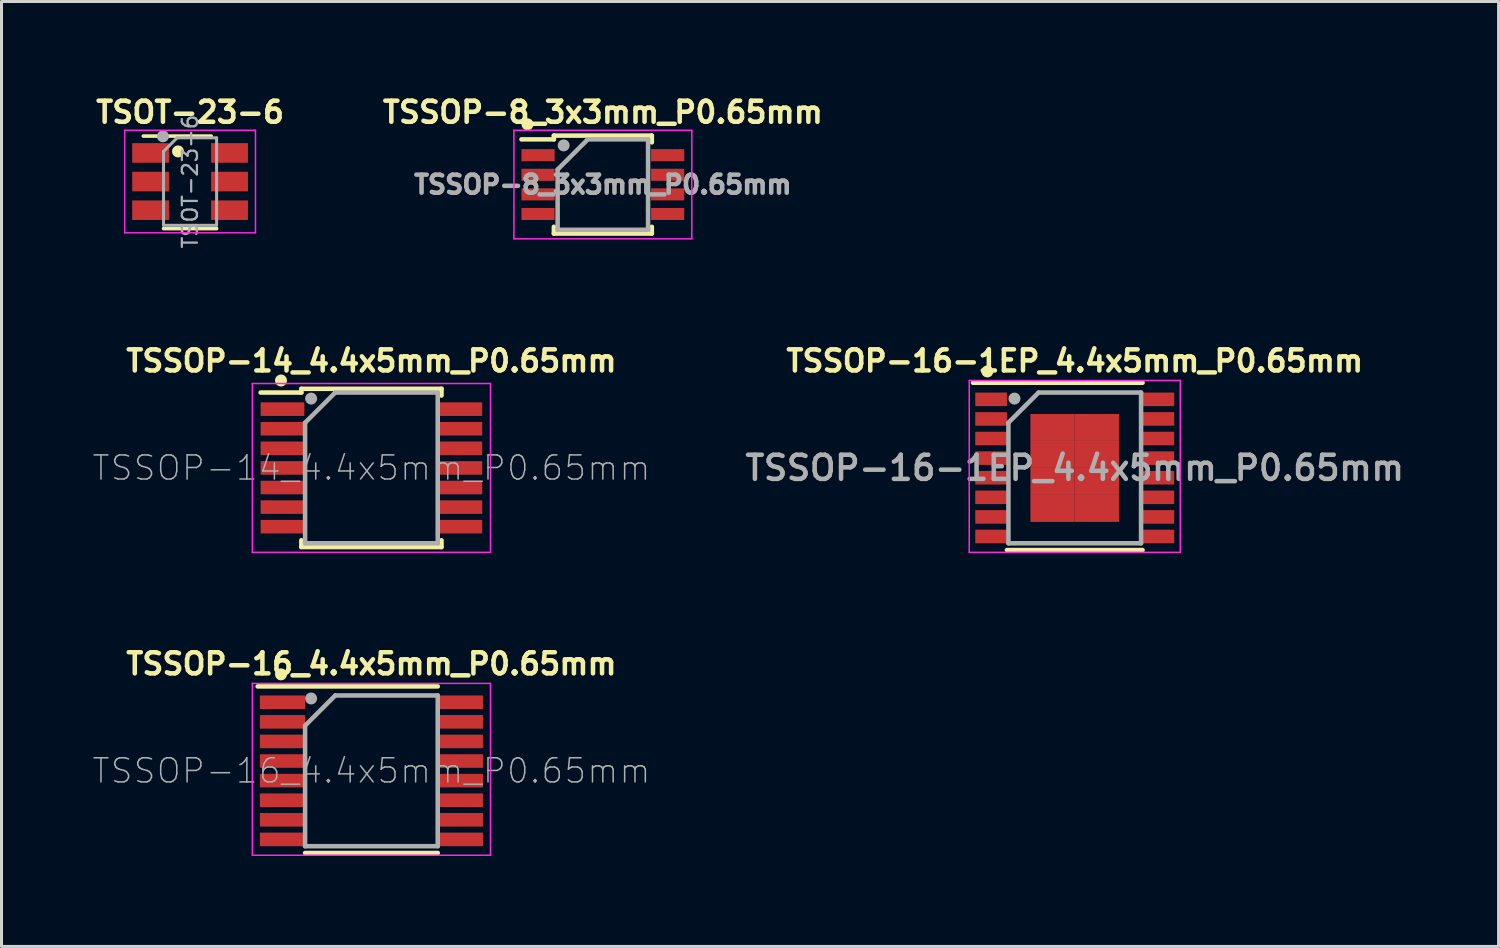
<source format=kicad_pcb>
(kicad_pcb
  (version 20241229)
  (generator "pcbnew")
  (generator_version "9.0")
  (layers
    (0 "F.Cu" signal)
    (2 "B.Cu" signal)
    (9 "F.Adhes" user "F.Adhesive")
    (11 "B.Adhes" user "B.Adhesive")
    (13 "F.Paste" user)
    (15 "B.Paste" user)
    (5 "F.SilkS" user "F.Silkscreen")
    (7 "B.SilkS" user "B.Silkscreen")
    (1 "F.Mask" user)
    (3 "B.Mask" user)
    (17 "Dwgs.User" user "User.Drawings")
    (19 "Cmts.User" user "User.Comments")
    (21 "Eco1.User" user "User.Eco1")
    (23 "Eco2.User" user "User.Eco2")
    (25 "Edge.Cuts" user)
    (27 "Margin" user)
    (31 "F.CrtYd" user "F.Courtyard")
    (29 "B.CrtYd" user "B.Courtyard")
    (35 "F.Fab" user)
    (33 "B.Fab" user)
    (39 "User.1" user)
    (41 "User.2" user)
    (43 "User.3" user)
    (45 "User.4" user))
  (footprint "TSSOP-14_4.4x5mm_P0.65mm"
    (layer "F.Cu")
    (at 9.271 12.472)
    (property "Reference" "TSSOP-14_4.4x5mm_P0.65mm" (at 0 -3.55 0) (layer "F.SilkS") (effects (font (size 0.7 0.7) (thickness 0.15))))
    (attr smd)
    (fp_line (start -2.325 -2.625) (end -2.325 -2.5) (stroke (width 0.15) (type solid)) (layer "F.SilkS"))
    (fp_line (start -2.325 -2.625) (end 2.325 -2.625) (stroke (width 0.15) (type solid)) (layer "F.SilkS"))
    (fp_line (start -2.325 -2.5) (end -3.675 -2.5) (stroke (width 0.15) (type solid)) (layer "F.SilkS"))
    (fp_line (start -2.325 2.625) (end -2.325 2.4) (stroke (width 0.15) (type solid)) (layer "F.SilkS"))
    (fp_line (start -2.325 2.625) (end 2.325 2.625) (stroke (width 0.15) (type solid)) (layer "F.SilkS"))
    (fp_line (start 2.325 -2.625) (end 2.325 -2.4) (stroke (width 0.15) (type solid)) (layer "F.SilkS"))
    (fp_line (start 2.325 2.625) (end 2.325 2.4) (stroke (width 0.15) (type solid)) (layer "F.SilkS"))
    (fp_circle (center -3 -2.9) (end -2.9 -2.9) (stroke (width 0.2) (type solid)) (fill no) (layer "F.SilkS"))
    (fp_line (start -3.95 -2.8) (end -3.95 2.8) (stroke (width 0.05) (type solid)) (layer "F.CrtYd"))
    (fp_line (start -3.95 -2.8) (end 3.95 -2.8) (stroke (width 0.05) (type solid)) (layer "F.CrtYd"))
    (fp_line (start -3.95 2.8) (end 3.95 2.8) (stroke (width 0.05) (type solid)) (layer "F.CrtYd"))
    (fp_line (start 3.95 -2.8) (end 3.95 2.8) (stroke (width 0.05) (type solid)) (layer "F.CrtYd"))
    (fp_line (start -2.2 -1.5) (end -1.2 -2.5) (stroke (width 0.15) (type solid)) (layer "F.Fab"))
    (fp_line (start -2.2 2.5) (end -2.2 -1.5) (stroke (width 0.15) (type solid)) (layer "F.Fab"))
    (fp_line (start -1.2 -2.5) (end 2.2 -2.5) (stroke (width 0.15) (type solid)) (layer "F.Fab"))
    (fp_line (start 2.2 -2.5) (end 2.2 2.5) (stroke (width 0.15) (type solid)) (layer "F.Fab"))
    (fp_line (start 2.2 2.5) (end -2.2 2.5) (stroke (width 0.15) (type solid)) (layer "F.Fab"))
    (fp_circle (center -2 -2.3) (end -1.9 -2.3) (stroke (width 0.2) (type solid)) (fill no) (layer "F.Fab"))
    (fp_text user "${REFERENCE}" (at 0 0 0) (layer "F.Fab") (effects (font (size 0.8 0.8) (thickness 0.05))))
    (pad "1" smd rect (at -2.95 -1.95) (size 1.45 0.45) (layers "F.Cu" "F.Mask" "F.Paste"))
    (pad "2" smd rect (at -2.95 -1.3) (size 1.45 0.45) (layers "F.Cu" "F.Mask" "F.Paste"))
    (pad "3" smd rect (at -2.95 -0.65) (size 1.45 0.45) (layers "F.Cu" "F.Mask" "F.Paste"))
    (pad "4" smd rect (at -2.95 0) (size 1.45 0.45) (layers "F.Cu" "F.Mask" "F.Paste"))
    (pad "5" smd rect (at -2.95 0.65) (size 1.45 0.45) (layers "F.Cu" "F.Mask" "F.Paste"))
    (pad "6" smd rect (at -2.95 1.3) (size 1.45 0.45) (layers "F.Cu" "F.Mask" "F.Paste"))
    (pad "7" smd rect (at -2.95 1.95) (size 1.45 0.45) (layers "F.Cu" "F.Mask" "F.Paste"))
    (pad "8" smd rect (at 2.95 1.95) (size 1.45 0.45) (layers "F.Cu" "F.Mask" "F.Paste"))
    (pad "9" smd rect (at 2.95 1.3) (size 1.45 0.45) (layers "F.Cu" "F.Mask" "F.Paste"))
    (pad "10" smd rect (at 2.95 0.65) (size 1.45 0.45) (layers "F.Cu" "F.Mask" "F.Paste"))
    (pad "11" smd rect (at 2.95 0) (size 1.45 0.45) (layers "F.Cu" "F.Mask" "F.Paste"))
    (pad "12" smd rect (at 2.95 -0.65) (size 1.45 0.45) (layers "F.Cu" "F.Mask" "F.Paste"))
    (pad "13" smd rect (at 2.95 -1.3) (size 1.45 0.45) (layers "F.Cu" "F.Mask" "F.Paste"))
    (pad "14" smd rect (at 2.95 -1.95) (size 1.45 0.45) (layers "F.Cu" "F.Mask" "F.Paste")))
  (footprint "TSSOP-16_4.4x5mm_P0.65mm"
    (layer "F.Cu")
    (at 9.271 22.52)
    (property "Reference" "TSSOP-16_4.4x5mm_P0.65mm" (at 0 -3.55 0) (layer "F.SilkS") (effects (font (size 0.7 0.7) (thickness 0.15))))
    (attr smd)
    (fp_line (start -3.775 -2.8) (end 2.2 -2.8) (stroke (width 0.15) (type solid)) (layer "F.SilkS"))
    (fp_line (start -2.2 2.725) (end 2.2 2.725) (stroke (width 0.15) (type solid)) (layer "F.SilkS"))
    (fp_circle (center -3 -3.2) (end -2.9 -3.2) (stroke (width 0.2) (type solid)) (fill no) (layer "F.SilkS"))
    (fp_line (start -3.95 -2.9) (end -3.95 2.8) (stroke (width 0.05) (type solid)) (layer "F.CrtYd"))
    (fp_line (start -3.95 -2.9) (end 3.95 -2.9) (stroke (width 0.05) (type solid)) (layer "F.CrtYd"))
    (fp_line (start -3.95 2.8) (end 3.95 2.8) (stroke (width 0.05) (type solid)) (layer "F.CrtYd"))
    (fp_line (start 3.95 -2.9) (end 3.95 2.8) (stroke (width 0.05) (type solid)) (layer "F.CrtYd"))
    (fp_line (start -2.2 -1.5) (end -1.2 -2.5) (stroke (width 0.15) (type solid)) (layer "F.Fab"))
    (fp_line (start -2.2 2.5) (end -2.2 -1.5) (stroke (width 0.15) (type solid)) (layer "F.Fab"))
    (fp_line (start -1.2 -2.5) (end 2.2 -2.5) (stroke (width 0.15) (type solid)) (layer "F.Fab"))
    (fp_line (start 2.2 -2.5) (end 2.2 2.5) (stroke (width 0.15) (type solid)) (layer "F.Fab"))
    (fp_line (start 2.2 2.5) (end -2.2 2.5) (stroke (width 0.15) (type solid)) (layer "F.Fab"))
    (fp_circle (center -2 -2.4) (end -1.9 -2.4) (stroke (width 0.2) (type solid)) (fill no) (layer "F.Fab"))
    (fp_text user "${REFERENCE}" (at 0 0 0) (layer "F.Fab") (effects (font (size 0.8 0.8) (thickness 0.05))))
    (pad "1" smd rect (at -2.95 -2.275) (size 1.5 0.45) (layers "F.Cu" "F.Mask" "F.Paste"))
    (pad "2" smd rect (at -2.95 -1.625) (size 1.5 0.45) (layers "F.Cu" "F.Mask" "F.Paste"))
    (pad "3" smd rect (at -2.95 -0.975) (size 1.5 0.45) (layers "F.Cu" "F.Mask" "F.Paste"))
    (pad "4" smd rect (at -2.95 -0.325) (size 1.5 0.45) (layers "F.Cu" "F.Mask" "F.Paste"))
    (pad "5" smd rect (at -2.95 0.325) (size 1.5 0.45) (layers "F.Cu" "F.Mask" "F.Paste"))
    (pad "6" smd rect (at -2.95 0.975) (size 1.5 0.45) (layers "F.Cu" "F.Mask" "F.Paste"))
    (pad "7" smd rect (at -2.95 1.625) (size 1.5 0.45) (layers "F.Cu" "F.Mask" "F.Paste"))
    (pad "8" smd rect (at -2.95 2.275) (size 1.5 0.45) (layers "F.Cu" "F.Mask" "F.Paste"))
    (pad "9" smd rect (at 2.95 2.275) (size 1.5 0.45) (layers "F.Cu" "F.Mask" "F.Paste"))
    (pad "10" smd rect (at 2.95 1.625) (size 1.5 0.45) (layers "F.Cu" "F.Mask" "F.Paste"))
    (pad "11" smd rect (at 2.95 0.975) (size 1.5 0.45) (layers "F.Cu" "F.Mask" "F.Paste"))
    (pad "12" smd rect (at 2.95 0.325) (size 1.5 0.45) (layers "F.Cu" "F.Mask" "F.Paste"))
    (pad "13" smd rect (at 2.95 -0.325) (size 1.5 0.45) (layers "F.Cu" "F.Mask" "F.Paste"))
    (pad "14" smd rect (at 2.95 -0.975) (size 1.5 0.45) (layers "F.Cu" "F.Mask" "F.Paste"))
    (pad "15" smd rect (at 2.95 -1.625) (size 1.5 0.45) (layers "F.Cu" "F.Mask" "F.Paste"))
    (pad "16" smd rect (at 2.95 -2.275) (size 1.5 0.45) (layers "F.Cu" "F.Mask" "F.Paste")))
  (footprint "TSOT-23-6"
    (layer "F.Cu")
    (at 3.255 2.973)
    (property "Reference" "TSOT-23-6" (at 0 -2.3 0) (layer "F.SilkS") (effects (font (size 0.7 0.7) (thickness 0.15))))
    (attr smd)
    (fp_line (start -0.88 1.56) (end 0.88 1.56) (stroke (width 0.12) (type solid)) (layer "F.SilkS"))
    (fp_line (start 0.7 -1.51) (end -1.55 -1.51) (stroke (width 0.12) (type solid)) (layer "F.SilkS"))
    (fp_circle (center -0.4 -1) (end -0.3 -1) (stroke (width 0.2) (type solid)) (fill no) (layer "F.SilkS"))
    (fp_line (start -2.17 -1.7) (end -2.17 1.7) (stroke (width 0.05) (type solid)) (layer "F.CrtYd"))
    (fp_line (start -2.17 -1.7) (end 2.17 -1.7) (stroke (width 0.05) (type solid)) (layer "F.CrtYd"))
    (fp_line (start 2.17 1.7) (end -2.17 1.7) (stroke (width 0.05) (type solid)) (layer "F.CrtYd"))
    (fp_line (start 2.17 1.7) (end 2.17 -1.7) (stroke (width 0.05) (type solid)) (layer "F.CrtYd"))
    (fp_line (start -0.88 -1) (end -0.88 1.45) (stroke (width 0.1) (type solid)) (layer "F.Fab"))
    (fp_line (start -0.88 -1) (end -0.43 -1.45) (stroke (width 0.1) (type solid)) (layer "F.Fab"))
    (fp_line (start 0.88 -1.45) (end -0.43 -1.45) (stroke (width 0.1) (type solid)) (layer "F.Fab"))
    (fp_line (start 0.88 -1.45) (end 0.88 1.45) (stroke (width 0.1) (type solid)) (layer "F.Fab"))
    (fp_line (start 0.88 1.45) (end -0.88 1.45) (stroke (width 0.1) (type solid)) (layer "F.Fab"))
    (fp_circle (center -0.9 -1.5) (end -0.8 -1.5) (stroke (width 0.2) (type solid)) (fill no) (layer "F.Fab"))
    (fp_text user "${REFERENCE}" (at 0 0 90) (layer "F.Fab") (effects (font (size 0.5 0.5) (thickness 0.075))))
    (pad "1" smd rect (at -1.31 -0.95) (size 1.22 0.65) (layers "F.Cu" "F.Mask" "F.Paste"))
    (pad "2" smd rect (at -1.31 0) (size 1.22 0.65) (layers "F.Cu" "F.Mask" "F.Paste"))
    (pad "3" smd rect (at -1.31 0.95) (size 1.22 0.65) (layers "F.Cu" "F.Mask" "F.Paste"))
    (pad "4" smd rect (at 1.31 0.95) (size 1.22 0.65) (layers "F.Cu" "F.Mask" "F.Paste"))
    (pad "5" smd rect (at 1.31 0) (size 1.22 0.65) (layers "F.Cu" "F.Mask" "F.Paste"))
    (pad "6" smd rect (at 1.31 -0.95) (size 1.22 0.65) (layers "F.Cu" "F.Mask" "F.Paste")))
  (footprint "TSSOP-8_3x3mm_P0.65mm"
    (layer "F.Cu")
    (at 16.948 3.073)
    (property "Reference" "TSSOP-8_3x3mm_P0.65mm" (at 0 -2.4 0) (layer "F.SilkS") (effects (font (size 0.7 0.7) (thickness 0.15))))
    (attr smd)
    (fp_line (start -1.625 -1.625) (end -1.625 -1.5) (stroke (width 0.15) (type solid)) (layer "F.SilkS"))
    (fp_line (start -1.625 -1.625) (end 1.625 -1.625) (stroke (width 0.15) (type solid)) (layer "F.SilkS"))
    (fp_line (start -1.625 -1.5) (end -2.7 -1.5) (stroke (width 0.15) (type solid)) (layer "F.SilkS"))
    (fp_line (start -1.625 1.625) (end -1.625 1.4) (stroke (width 0.15) (type solid)) (layer "F.SilkS"))
    (fp_line (start -1.625 1.625) (end 1.625 1.625) (stroke (width 0.15) (type solid)) (layer "F.SilkS"))
    (fp_line (start 1.625 -1.625) (end 1.625 -1.4) (stroke (width 0.15) (type solid)) (layer "F.SilkS"))
    (fp_line (start 1.625 1.625) (end 1.625 1.4) (stroke (width 0.15) (type solid)) (layer "F.SilkS"))
    (fp_circle (center -2.5 -2) (end -2.4 -2) (stroke (width 0.2) (type solid)) (fill no) (layer "F.SilkS"))
    (fp_line (start -2.95 -1.8) (end -2.95 1.8) (stroke (width 0.05) (type solid)) (layer "F.CrtYd"))
    (fp_line (start -2.95 -1.8) (end 2.95 -1.8) (stroke (width 0.05) (type solid)) (layer "F.CrtYd"))
    (fp_line (start -2.95 1.8) (end 2.95 1.8) (stroke (width 0.05) (type solid)) (layer "F.CrtYd"))
    (fp_line (start 2.95 -1.8) (end 2.95 1.8) (stroke (width 0.05) (type solid)) (layer "F.CrtYd"))
    (fp_line (start -1.5 -0.5) (end -0.5 -1.5) (stroke (width 0.15) (type solid)) (layer "F.Fab"))
    (fp_line (start -1.5 1.5) (end -1.5 -0.5) (stroke (width 0.15) (type solid)) (layer "F.Fab"))
    (fp_line (start -0.5 -1.5) (end 1.5 -1.5) (stroke (width 0.15) (type solid)) (layer "F.Fab"))
    (fp_line (start 1.5 -1.5) (end 1.5 1.5) (stroke (width 0.15) (type solid)) (layer "F.Fab"))
    (fp_line (start 1.5 1.5) (end -1.5 1.5) (stroke (width 0.15) (type solid)) (layer "F.Fab"))
    (fp_circle (center -1.3 -1.3) (end -1.2 -1.3) (stroke (width 0.2) (type solid)) (fill no) (layer "F.Fab"))
    (fp_text user "${REFERENCE}" (at 0 0 0) (layer "F.Fab") (effects (font (size 0.6 0.6) (thickness 0.15))))
    (pad "1" smd rect (at -2.15 -0.975) (size 1.1 0.4) (layers "F.Cu" "F.Mask" "F.Paste"))
    (pad "2" smd rect (at -2.15 -0.325) (size 1.1 0.4) (layers "F.Cu" "F.Mask" "F.Paste"))
    (pad "3" smd rect (at -2.15 0.325) (size 1.1 0.4) (layers "F.Cu" "F.Mask" "F.Paste"))
    (pad "4" smd rect (at -2.15 0.975) (size 1.1 0.4) (layers "F.Cu" "F.Mask" "F.Paste"))
    (pad "5" smd rect (at 2.15 0.975) (size 1.1 0.4) (layers "F.Cu" "F.Mask" "F.Paste"))
    (pad "6" smd rect (at 2.15 0.325) (size 1.1 0.4) (layers "F.Cu" "F.Mask" "F.Paste"))
    (pad "7" smd rect (at 2.15 -0.325) (size 1.1 0.4) (layers "F.Cu" "F.Mask" "F.Paste"))
    (pad "8" smd rect (at 2.15 -0.975) (size 1.1 0.4) (layers "F.Cu" "F.Mask" "F.Paste")))
  (footprint "TSSOP-16-1EP_4.4x5mm_P0.65mm"
    (layer "F.Cu")
    (at 32.602 12.472)
    (property "Reference" "TSSOP-16-1EP_4.4x5mm_P0.65mm" (at 0 -3.55 0) (layer "F.SilkS") (effects (font (size 0.7 0.7) (thickness 0.15))))
    (attr smd)
    (fp_line (start -3.375 -2.825) (end 2.25 -2.825) (stroke (width 0.15) (type solid)) (layer "F.SilkS"))
    (fp_line (start -2.25 2.725) (end 2.25 2.725) (stroke (width 0.15) (type solid)) (layer "F.SilkS"))
    (fp_circle (center -2.9 -3.2) (end -2.8 -3.2) (stroke (width 0.2) (type solid)) (fill no) (layer "F.SilkS"))
    (fp_line (start -3.5 -2.9) (end -3.5 2.8) (stroke (width 0.05) (type solid)) (layer "F.CrtYd"))
    (fp_line (start -3.5 -2.9) (end 3.5 -2.9) (stroke (width 0.05) (type solid)) (layer "F.CrtYd"))
    (fp_line (start -3.5 2.8) (end 3.5 2.8) (stroke (width 0.05) (type solid)) (layer "F.CrtYd"))
    (fp_line (start 3.5 -2.9) (end 3.5 2.8) (stroke (width 0.05) (type solid)) (layer "F.CrtYd"))
    (fp_line (start -2.2 -1.5) (end -1.2 -2.5) (stroke (width 0.15) (type solid)) (layer "F.Fab"))
    (fp_line (start -2.2 2.5) (end -2.2 -1.5) (stroke (width 0.15) (type solid)) (layer "F.Fab"))
    (fp_line (start -1.2 -2.5) (end 2.2 -2.5) (stroke (width 0.15) (type solid)) (layer "F.Fab"))
    (fp_line (start 2.2 -2.5) (end 2.2 2.5) (stroke (width 0.15) (type solid)) (layer "F.Fab"))
    (fp_line (start 2.2 2.5) (end -2.2 2.5) (stroke (width 0.15) (type solid)) (layer "F.Fab"))
    (fp_circle (center -2 -2.3) (end -1.9 -2.3) (stroke (width 0.2) (type solid)) (fill no) (layer "F.Fab"))
    (fp_text user "${REFERENCE}" (at 0 0 0) (layer "F.Fab") (effects (font (size 0.8 0.8) (thickness 0.15))))
    (pad "1" smd rect (at -2.775 -2.275) (size 1.05 0.45) (layers "F.Cu" "F.Mask" "F.Paste"))
    (pad "2" smd rect (at -2.775 -1.625) (size 1.05 0.45) (layers "F.Cu" "F.Mask" "F.Paste"))
    (pad "3" smd rect (at -2.775 -0.975) (size 1.05 0.45) (layers "F.Cu" "F.Mask" "F.Paste"))
    (pad "4" smd rect (at -2.775 -0.325) (size 1.05 0.45) (layers "F.Cu" "F.Mask" "F.Paste"))
    (pad "5" smd rect (at -2.775 0.325) (size 1.05 0.45) (layers "F.Cu" "F.Mask" "F.Paste"))
    (pad "6" smd rect (at -2.775 0.975) (size 1.05 0.45) (layers "F.Cu" "F.Mask" "F.Paste"))
    (pad "7" smd rect (at -2.775 1.625) (size 1.05 0.45) (layers "F.Cu" "F.Mask" "F.Paste"))
    (pad "8" smd rect (at -2.775 2.275) (size 1.05 0.45) (layers "F.Cu" "F.Mask" "F.Paste"))
    (pad "9" smd rect (at 2.775 2.275) (size 1.05 0.45) (layers "F.Cu" "F.Mask" "F.Paste"))
    (pad "10" smd rect (at 2.775 1.625) (size 1.05 0.45) (layers "F.Cu" "F.Mask" "F.Paste"))
    (pad "11" smd rect (at 2.775 0.975) (size 1.05 0.45) (layers "F.Cu" "F.Mask" "F.Paste"))
    (pad "12" smd rect (at 2.775 0.325) (size 1.05 0.45) (layers "F.Cu" "F.Mask" "F.Paste"))
    (pad "13" smd rect (at 2.775 -0.325) (size 1.05 0.45) (layers "F.Cu" "F.Mask" "F.Paste"))
    (pad "14" smd rect (at 2.775 -0.975) (size 1.05 0.45) (layers "F.Cu" "F.Mask" "F.Paste"))
    (pad "15" smd rect (at 2.775 -1.625) (size 1.05 0.45) (layers "F.Cu" "F.Mask" "F.Paste"))
    (pad "16" smd rect (at 2.775 -2.275) (size 1.05 0.45) (layers "F.Cu" "F.Mask" "F.Paste"))
    (pad "17" smd rect (at -0.735 -1.343) (size 1.47 0.895) (layers "F.Cu" "F.Mask" "F.Paste"))
    (pad "17" smd rect (at -0.735 -0.448) (size 1.47 0.895) (layers "F.Cu" "F.Mask" "F.Paste"))
    (pad "17" smd rect (at -0.735 0.448) (size 1.47 0.895) (layers "F.Cu" "F.Mask" "F.Paste"))
    (pad "17" smd rect (at -0.735 1.343) (size 1.47 0.895) (layers "F.Cu" "F.Mask" "F.Paste"))
    (pad "17" smd rect (at 0.735 -1.343) (size 1.47 0.895) (layers "F.Cu" "F.Mask" "F.Paste"))
    (pad "17" smd rect (at 0.735 -0.448) (size 1.47 0.895) (layers "F.Cu" "F.Mask" "F.Paste"))
    (pad "17" smd rect (at 0.735 0.448) (size 1.47 0.895) (layers "F.Cu" "F.Mask" "F.Paste"))
    (pad "17" smd rect (at 0.735 1.343) (size 1.47 0.895) (layers "F.Cu" "F.Mask" "F.Paste")))
  (gr_rect
    (start -3 -3)
    (end 46.661 28.345)
    (stroke (width 0.1) (type default))
    (fill no)
    (layer "Edge.Cuts")))
</source>
